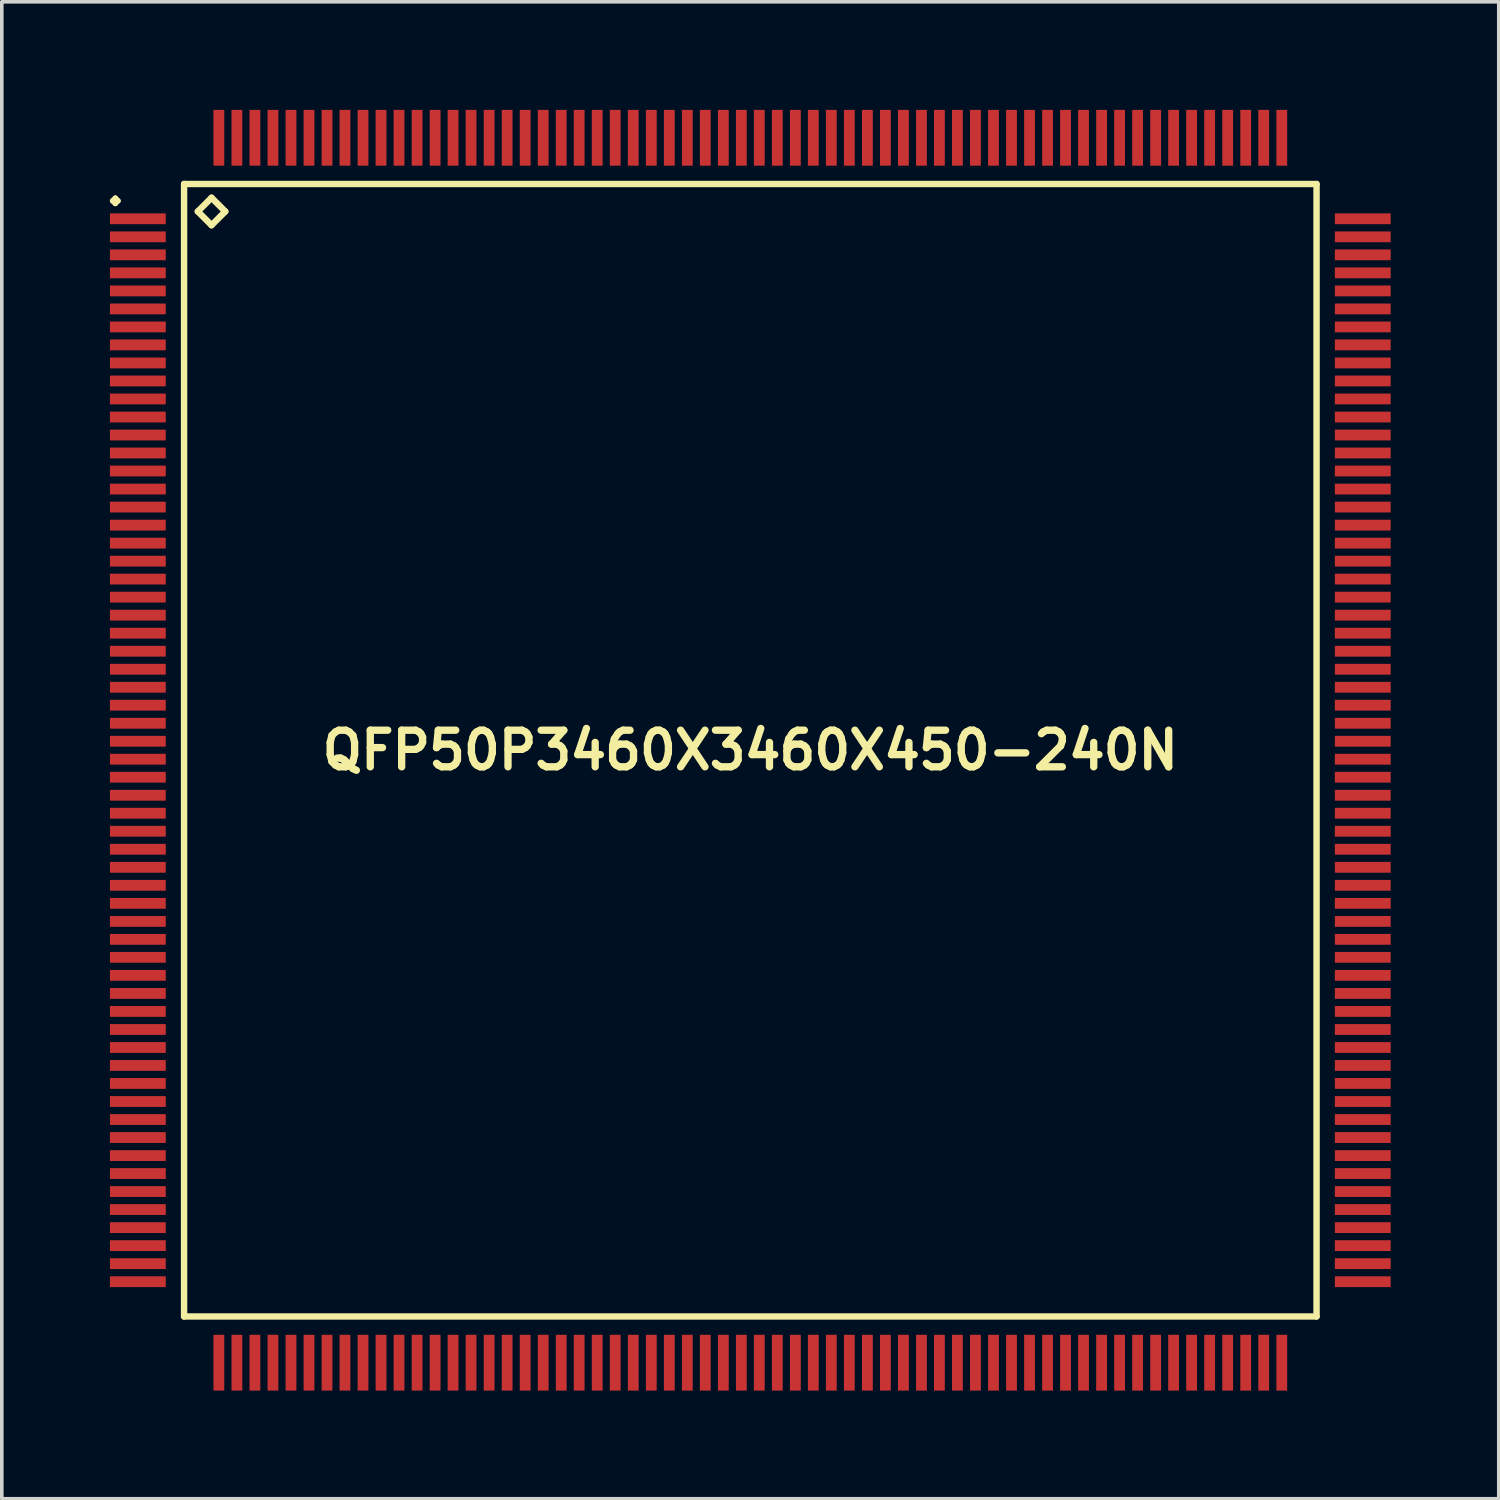
<source format=kicad_pcb>
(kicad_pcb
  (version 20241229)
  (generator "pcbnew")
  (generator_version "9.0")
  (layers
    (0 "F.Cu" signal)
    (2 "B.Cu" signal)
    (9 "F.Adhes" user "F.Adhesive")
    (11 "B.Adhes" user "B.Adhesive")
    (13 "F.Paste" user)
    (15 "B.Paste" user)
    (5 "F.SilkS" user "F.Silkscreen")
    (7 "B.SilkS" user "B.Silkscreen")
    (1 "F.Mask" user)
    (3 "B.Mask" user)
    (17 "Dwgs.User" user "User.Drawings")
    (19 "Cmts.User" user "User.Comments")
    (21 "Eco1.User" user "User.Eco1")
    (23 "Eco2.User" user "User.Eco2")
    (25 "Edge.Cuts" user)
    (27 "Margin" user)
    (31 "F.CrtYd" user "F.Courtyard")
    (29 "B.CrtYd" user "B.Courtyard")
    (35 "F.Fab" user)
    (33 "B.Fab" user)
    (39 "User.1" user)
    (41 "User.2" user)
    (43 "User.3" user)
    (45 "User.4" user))
  (footprint "QFP50P3460X3460X450-240N"
    (layer "F.Cu")
    (at 17.774 17.772)
    (property "Reference" "QFP50P3460X3460X450-240N" (at 0 0 0) (layer "F.SilkS") (effects (font (size 1.016 1.016) (thickness 0.203))))
    (attr smd)
    (fp_line (start -17.699 -15.248) (end -17.623 -15.324) (stroke (width 0.15) (type solid)) (layer "F.SilkS"))
    (fp_line (start -17.623 -15.324) (end -17.549 -15.248) (stroke (width 0.15) (type solid)) (layer "F.SilkS"))
    (fp_line (start -17.623 -15.174) (end -17.699 -15.248) (stroke (width 0.15) (type solid)) (layer "F.SilkS"))
    (fp_line (start -17.549 -15.248) (end -17.623 -15.174) (stroke (width 0.15) (type solid)) (layer "F.SilkS"))
    (fp_line (start -15.715 -15.715) (end -15.715 15.715) (stroke (width 0.178) (type solid)) (layer "F.SilkS"))
    (fp_line (start -15.715 15.715) (end 15.715 15.715) (stroke (width 0.178) (type solid)) (layer "F.SilkS"))
    (fp_line (start -15.334 -14.953) (end -14.953 -15.334) (stroke (width 0.178) (type solid)) (layer "F.SilkS"))
    (fp_line (start -14.953 -15.334) (end -14.572 -14.953) (stroke (width 0.178) (type solid)) (layer "F.SilkS"))
    (fp_line (start -14.953 -14.572) (end -15.334 -14.953) (stroke (width 0.178) (type solid)) (layer "F.SilkS"))
    (fp_line (start -14.572 -14.953) (end -14.953 -14.572) (stroke (width 0.178) (type solid)) (layer "F.SilkS"))
    (fp_line (start 15.715 -15.715) (end -15.715 -15.715) (stroke (width 0.178) (type solid)) (layer "F.SilkS"))
    (fp_line (start 15.715 15.715) (end 15.715 -15.715) (stroke (width 0.178) (type solid)) (layer "F.SilkS"))
    (pad "1" smd rect (at -16.998 -14.75) (size 1.549 0.3) (layers "F.Cu" "F.Mask" "F.Paste"))
    (pad "2" smd rect (at -16.998 -14.249) (size 1.549 0.3) (layers "F.Cu" "F.Mask" "F.Paste"))
    (pad "3" smd rect (at -16.998 -13.749) (size 1.549 0.3) (layers "F.Cu" "F.Mask" "F.Paste"))
    (pad "4" smd rect (at -16.998 -13.249) (size 1.549 0.3) (layers "F.Cu" "F.Mask" "F.Paste"))
    (pad "5" smd rect (at -16.998 -12.748) (size 1.549 0.3) (layers "F.Cu" "F.Mask" "F.Paste"))
    (pad "6" smd rect (at -16.998 -12.248) (size 1.549 0.3) (layers "F.Cu" "F.Mask" "F.Paste"))
    (pad "7" smd rect (at -16.998 -11.748) (size 1.549 0.3) (layers "F.Cu" "F.Mask" "F.Paste"))
    (pad "8" smd rect (at -16.998 -11.25) (size 1.549 0.3) (layers "F.Cu" "F.Mask" "F.Paste"))
    (pad "9" smd rect (at -16.998 -10.749) (size 1.549 0.3) (layers "F.Cu" "F.Mask" "F.Paste"))
    (pad "10" smd rect (at -16.998 -10.249) (size 1.549 0.3) (layers "F.Cu" "F.Mask" "F.Paste"))
    (pad "11" smd rect (at -16.998 -9.749) (size 1.549 0.3) (layers "F.Cu" "F.Mask" "F.Paste"))
    (pad "12" smd rect (at -16.998 -9.248) (size 1.549 0.3) (layers "F.Cu" "F.Mask" "F.Paste"))
    (pad "13" smd rect (at -16.998 -8.748) (size 1.549 0.3) (layers "F.Cu" "F.Mask" "F.Paste"))
    (pad "14" smd rect (at -16.998 -8.25) (size 1.549 0.3) (layers "F.Cu" "F.Mask" "F.Paste"))
    (pad "15" smd rect (at -16.998 -7.75) (size 1.549 0.3) (layers "F.Cu" "F.Mask" "F.Paste"))
    (pad "16" smd rect (at -16.998 -7.249) (size 1.549 0.3) (layers "F.Cu" "F.Mask" "F.Paste"))
    (pad "17" smd rect (at -16.998 -6.749) (size 1.549 0.3) (layers "F.Cu" "F.Mask" "F.Paste"))
    (pad "18" smd rect (at -16.998 -6.248) (size 1.549 0.3) (layers "F.Cu" "F.Mask" "F.Paste"))
    (pad "19" smd rect (at -16.998 -5.748) (size 1.549 0.3) (layers "F.Cu" "F.Mask" "F.Paste"))
    (pad "20" smd rect (at -16.998 -5.248) (size 1.549 0.3) (layers "F.Cu" "F.Mask" "F.Paste"))
    (pad "21" smd rect (at -16.998 -4.75) (size 1.549 0.3) (layers "F.Cu" "F.Mask" "F.Paste"))
    (pad "22" smd rect (at -16.998 -4.249) (size 1.549 0.3) (layers "F.Cu" "F.Mask" "F.Paste"))
    (pad "23" smd rect (at -16.998 -3.749) (size 1.549 0.3) (layers "F.Cu" "F.Mask" "F.Paste"))
    (pad "24" smd rect (at -16.998 -3.249) (size 1.549 0.3) (layers "F.Cu" "F.Mask" "F.Paste"))
    (pad "25" smd rect (at -16.998 -2.748) (size 1.549 0.3) (layers "F.Cu" "F.Mask" "F.Paste"))
    (pad "26" smd rect (at -16.998 -2.248) (size 1.549 0.3) (layers "F.Cu" "F.Mask" "F.Paste"))
    (pad "27" smd rect (at -16.998 -1.748) (size 1.549 0.3) (layers "F.Cu" "F.Mask" "F.Paste"))
    (pad "28" smd rect (at -16.998 -1.25) (size 1.549 0.3) (layers "F.Cu" "F.Mask" "F.Paste"))
    (pad "29" smd rect (at -16.998 -0.749) (size 1.549 0.3) (layers "F.Cu" "F.Mask" "F.Paste"))
    (pad "30" smd rect (at -16.998 -0.249) (size 1.549 0.3) (layers "F.Cu" "F.Mask" "F.Paste"))
    (pad "31" smd rect (at -16.998 0.249) (size 1.549 0.3) (layers "F.Cu" "F.Mask" "F.Paste"))
    (pad "32" smd rect (at -16.998 0.749) (size 1.549 0.3) (layers "F.Cu" "F.Mask" "F.Paste"))
    (pad "33" smd rect (at -16.998 1.25) (size 1.549 0.3) (layers "F.Cu" "F.Mask" "F.Paste"))
    (pad "34" smd rect (at -16.998 1.748) (size 1.549 0.3) (layers "F.Cu" "F.Mask" "F.Paste"))
    (pad "35" smd rect (at -16.998 2.248) (size 1.549 0.3) (layers "F.Cu" "F.Mask" "F.Paste"))
    (pad "36" smd rect (at -16.998 2.748) (size 1.549 0.3) (layers "F.Cu" "F.Mask" "F.Paste"))
    (pad "37" smd rect (at -16.998 3.249) (size 1.549 0.3) (layers "F.Cu" "F.Mask" "F.Paste"))
    (pad "38" smd rect (at -16.998 3.749) (size 1.549 0.3) (layers "F.Cu" "F.Mask" "F.Paste"))
    (pad "39" smd rect (at -16.998 4.249) (size 1.549 0.3) (layers "F.Cu" "F.Mask" "F.Paste"))
    (pad "40" smd rect (at -16.998 4.75) (size 1.549 0.3) (layers "F.Cu" "F.Mask" "F.Paste"))
    (pad "41" smd rect (at -16.998 5.248) (size 1.549 0.3) (layers "F.Cu" "F.Mask" "F.Paste"))
    (pad "42" smd rect (at -16.998 5.748) (size 1.549 0.3) (layers "F.Cu" "F.Mask" "F.Paste"))
    (pad "43" smd rect (at -16.998 6.248) (size 1.549 0.3) (layers "F.Cu" "F.Mask" "F.Paste"))
    (pad "44" smd rect (at -16.998 6.749) (size 1.549 0.3) (layers "F.Cu" "F.Mask" "F.Paste"))
    (pad "45" smd rect (at -16.998 7.249) (size 1.549 0.3) (layers "F.Cu" "F.Mask" "F.Paste"))
    (pad "46" smd rect (at -16.998 7.75) (size 1.549 0.3) (layers "F.Cu" "F.Mask" "F.Paste"))
    (pad "47" smd rect (at -16.998 8.25) (size 1.549 0.3) (layers "F.Cu" "F.Mask" "F.Paste"))
    (pad "48" smd rect (at -16.998 8.748) (size 1.549 0.3) (layers "F.Cu" "F.Mask" "F.Paste"))
    (pad "49" smd rect (at -16.998 9.248) (size 1.549 0.3) (layers "F.Cu" "F.Mask" "F.Paste"))
    (pad "50" smd rect (at -16.998 9.749) (size 1.549 0.3) (layers "F.Cu" "F.Mask" "F.Paste"))
    (pad "51" smd rect (at -16.998 10.249) (size 1.549 0.3) (layers "F.Cu" "F.Mask" "F.Paste"))
    (pad "52" smd rect (at -16.998 10.749) (size 1.549 0.3) (layers "F.Cu" "F.Mask" "F.Paste"))
    (pad "53" smd rect (at -16.998 11.25) (size 1.549 0.3) (layers "F.Cu" "F.Mask" "F.Paste"))
    (pad "54" smd rect (at -16.998 11.748) (size 1.549 0.3) (layers "F.Cu" "F.Mask" "F.Paste"))
    (pad "55" smd rect (at -16.998 12.248) (size 1.549 0.3) (layers "F.Cu" "F.Mask" "F.Paste"))
    (pad "56" smd rect (at -16.998 12.748) (size 1.549 0.3) (layers "F.Cu" "F.Mask" "F.Paste"))
    (pad "57" smd rect (at -16.998 13.249) (size 1.549 0.3) (layers "F.Cu" "F.Mask" "F.Paste"))
    (pad "58" smd rect (at -16.998 13.749) (size 1.549 0.3) (layers "F.Cu" "F.Mask" "F.Paste"))
    (pad "59" smd rect (at -16.998 14.249) (size 1.549 0.3) (layers "F.Cu" "F.Mask" "F.Paste"))
    (pad "60" smd rect (at -16.998 14.75) (size 1.549 0.3) (layers "F.Cu" "F.Mask" "F.Paste"))
    (pad "61" smd rect (at -14.75 16.998) (size 0.3 1.549) (layers "F.Cu" "F.Mask" "F.Paste"))
    (pad "62" smd rect (at -14.249 16.998) (size 0.3 1.549) (layers "F.Cu" "F.Mask" "F.Paste"))
    (pad "63" smd rect (at -13.749 16.998) (size 0.3 1.549) (layers "F.Cu" "F.Mask" "F.Paste"))
    (pad "64" smd rect (at -13.249 16.998) (size 0.3 1.549) (layers "F.Cu" "F.Mask" "F.Paste"))
    (pad "65" smd rect (at -12.748 16.998) (size 0.3 1.549) (layers "F.Cu" "F.Mask" "F.Paste"))
    (pad "66" smd rect (at -12.248 16.998) (size 0.3 1.549) (layers "F.Cu" "F.Mask" "F.Paste"))
    (pad "67" smd rect (at -11.748 16.998) (size 0.3 1.549) (layers "F.Cu" "F.Mask" "F.Paste"))
    (pad "68" smd rect (at -11.25 16.998) (size 0.3 1.549) (layers "F.Cu" "F.Mask" "F.Paste"))
    (pad "69" smd rect (at -10.749 16.998) (size 0.3 1.549) (layers "F.Cu" "F.Mask" "F.Paste"))
    (pad "70" smd rect (at -10.249 16.998) (size 0.3 1.549) (layers "F.Cu" "F.Mask" "F.Paste"))
    (pad "71" smd rect (at -9.749 16.998) (size 0.3 1.549) (layers "F.Cu" "F.Mask" "F.Paste"))
    (pad "72" smd rect (at -9.248 16.998) (size 0.3 1.549) (layers "F.Cu" "F.Mask" "F.Paste"))
    (pad "73" smd rect (at -8.748 16.998) (size 0.3 1.549) (layers "F.Cu" "F.Mask" "F.Paste"))
    (pad "74" smd rect (at -8.25 16.998) (size 0.3 1.549) (layers "F.Cu" "F.Mask" "F.Paste"))
    (pad "75" smd rect (at -7.75 16.998) (size 0.3 1.549) (layers "F.Cu" "F.Mask" "F.Paste"))
    (pad "76" smd rect (at -7.249 16.998) (size 0.3 1.549) (layers "F.Cu" "F.Mask" "F.Paste"))
    (pad "77" smd rect (at -6.749 16.998) (size 0.3 1.549) (layers "F.Cu" "F.Mask" "F.Paste"))
    (pad "78" smd rect (at -6.248 16.998) (size 0.3 1.549) (layers "F.Cu" "F.Mask" "F.Paste"))
    (pad "79" smd rect (at -5.748 16.998) (size 0.3 1.549) (layers "F.Cu" "F.Mask" "F.Paste"))
    (pad "80" smd rect (at -5.248 16.998) (size 0.3 1.549) (layers "F.Cu" "F.Mask" "F.Paste"))
    (pad "81" smd rect (at -4.75 16.998) (size 0.3 1.549) (layers "F.Cu" "F.Mask" "F.Paste"))
    (pad "82" smd rect (at -4.249 16.998) (size 0.3 1.549) (layers "F.Cu" "F.Mask" "F.Paste"))
    (pad "83" smd rect (at -3.749 16.998) (size 0.3 1.549) (layers "F.Cu" "F.Mask" "F.Paste"))
    (pad "84" smd rect (at -3.249 16.998) (size 0.3 1.549) (layers "F.Cu" "F.Mask" "F.Paste"))
    (pad "85" smd rect (at -2.748 16.998) (size 0.3 1.549) (layers "F.Cu" "F.Mask" "F.Paste"))
    (pad "86" smd rect (at -2.248 16.998) (size 0.3 1.549) (layers "F.Cu" "F.Mask" "F.Paste"))
    (pad "87" smd rect (at -1.748 16.998) (size 0.3 1.549) (layers "F.Cu" "F.Mask" "F.Paste"))
    (pad "88" smd rect (at -1.25 16.998) (size 0.3 1.549) (layers "F.Cu" "F.Mask" "F.Paste"))
    (pad "89" smd rect (at -0.749 16.998) (size 0.3 1.549) (layers "F.Cu" "F.Mask" "F.Paste"))
    (pad "90" smd rect (at -0.249 16.998) (size 0.3 1.549) (layers "F.Cu" "F.Mask" "F.Paste"))
    (pad "91" smd rect (at 0.249 16.998) (size 0.3 1.549) (layers "F.Cu" "F.Mask" "F.Paste"))
    (pad "92" smd rect (at 0.749 16.998) (size 0.3 1.549) (layers "F.Cu" "F.Mask" "F.Paste"))
    (pad "93" smd rect (at 1.25 16.998) (size 0.3 1.549) (layers "F.Cu" "F.Mask" "F.Paste"))
    (pad "94" smd rect (at 1.748 16.998) (size 0.3 1.549) (layers "F.Cu" "F.Mask" "F.Paste"))
    (pad "95" smd rect (at 2.248 16.998) (size 0.3 1.549) (layers "F.Cu" "F.Mask" "F.Paste"))
    (pad "96" smd rect (at 2.748 16.998) (size 0.3 1.549) (layers "F.Cu" "F.Mask" "F.Paste"))
    (pad "97" smd rect (at 3.249 16.998) (size 0.3 1.549) (layers "F.Cu" "F.Mask" "F.Paste"))
    (pad "98" smd rect (at 3.749 16.998) (size 0.3 1.549) (layers "F.Cu" "F.Mask" "F.Paste"))
    (pad "99" smd rect (at 4.249 16.998) (size 0.3 1.549) (layers "F.Cu" "F.Mask" "F.Paste"))
    (pad "100" smd rect (at 4.75 16.998) (size 0.3 1.549) (layers "F.Cu" "F.Mask" "F.Paste"))
    (pad "101" smd rect (at 5.248 16.998) (size 0.3 1.549) (layers "F.Cu" "F.Mask" "F.Paste"))
    (pad "102" smd rect (at 5.748 16.998) (size 0.3 1.549) (layers "F.Cu" "F.Mask" "F.Paste"))
    (pad "103" smd rect (at 6.248 16.998) (size 0.3 1.549) (layers "F.Cu" "F.Mask" "F.Paste"))
    (pad "104" smd rect (at 6.749 16.998) (size 0.3 1.549) (layers "F.Cu" "F.Mask" "F.Paste"))
    (pad "105" smd rect (at 7.249 16.998) (size 0.3 1.549) (layers "F.Cu" "F.Mask" "F.Paste"))
    (pad "106" smd rect (at 7.75 16.998) (size 0.3 1.549) (layers "F.Cu" "F.Mask" "F.Paste"))
    (pad "107" smd rect (at 8.25 16.998) (size 0.3 1.549) (layers "F.Cu" "F.Mask" "F.Paste"))
    (pad "108" smd rect (at 8.748 16.998) (size 0.3 1.549) (layers "F.Cu" "F.Mask" "F.Paste"))
    (pad "109" smd rect (at 9.248 16.998) (size 0.3 1.549) (layers "F.Cu" "F.Mask" "F.Paste"))
    (pad "110" smd rect (at 9.749 16.998) (size 0.3 1.549) (layers "F.Cu" "F.Mask" "F.Paste"))
    (pad "111" smd rect (at 10.249 16.998) (size 0.3 1.549) (layers "F.Cu" "F.Mask" "F.Paste"))
    (pad "112" smd rect (at 10.749 16.998) (size 0.3 1.549) (layers "F.Cu" "F.Mask" "F.Paste"))
    (pad "113" smd rect (at 11.25 16.998) (size 0.3 1.549) (layers "F.Cu" "F.Mask" "F.Paste"))
    (pad "114" smd rect (at 11.748 16.998) (size 0.3 1.549) (layers "F.Cu" "F.Mask" "F.Paste"))
    (pad "115" smd rect (at 12.248 16.998) (size 0.3 1.549) (layers "F.Cu" "F.Mask" "F.Paste"))
    (pad "116" smd rect (at 12.748 16.998) (size 0.3 1.549) (layers "F.Cu" "F.Mask" "F.Paste"))
    (pad "117" smd rect (at 13.249 16.998) (size 0.3 1.549) (layers "F.Cu" "F.Mask" "F.Paste"))
    (pad "118" smd rect (at 13.749 16.998) (size 0.3 1.549) (layers "F.Cu" "F.Mask" "F.Paste"))
    (pad "119" smd rect (at 14.249 16.998) (size 0.3 1.549) (layers "F.Cu" "F.Mask" "F.Paste"))
    (pad "120" smd rect (at 14.75 16.998) (size 0.3 1.549) (layers "F.Cu" "F.Mask" "F.Paste"))
    (pad "121" smd rect (at 16.998 14.75) (size 1.549 0.3) (layers "F.Cu" "F.Mask" "F.Paste"))
    (pad "122" smd rect (at 16.998 14.249) (size 1.549 0.3) (layers "F.Cu" "F.Mask" "F.Paste"))
    (pad "123" smd rect (at 16.998 13.749) (size 1.549 0.3) (layers "F.Cu" "F.Mask" "F.Paste"))
    (pad "124" smd rect (at 16.998 13.249) (size 1.549 0.3) (layers "F.Cu" "F.Mask" "F.Paste"))
    (pad "125" smd rect (at 16.998 12.748) (size 1.549 0.3) (layers "F.Cu" "F.Mask" "F.Paste"))
    (pad "126" smd rect (at 16.998 12.248) (size 1.549 0.3) (layers "F.Cu" "F.Mask" "F.Paste"))
    (pad "127" smd rect (at 16.998 11.748) (size 1.549 0.3) (layers "F.Cu" "F.Mask" "F.Paste"))
    (pad "128" smd rect (at 16.998 11.25) (size 1.549 0.3) (layers "F.Cu" "F.Mask" "F.Paste"))
    (pad "129" smd rect (at 16.998 10.749) (size 1.549 0.3) (layers "F.Cu" "F.Mask" "F.Paste"))
    (pad "130" smd rect (at 16.998 10.249) (size 1.549 0.3) (layers "F.Cu" "F.Mask" "F.Paste"))
    (pad "131" smd rect (at 16.998 9.749) (size 1.549 0.3) (layers "F.Cu" "F.Mask" "F.Paste"))
    (pad "132" smd rect (at 16.998 9.248) (size 1.549 0.3) (layers "F.Cu" "F.Mask" "F.Paste"))
    (pad "133" smd rect (at 16.998 8.748) (size 1.549 0.3) (layers "F.Cu" "F.Mask" "F.Paste"))
    (pad "134" smd rect (at 16.998 8.25) (size 1.549 0.3) (layers "F.Cu" "F.Mask" "F.Paste"))
    (pad "135" smd rect (at 16.998 7.75) (size 1.549 0.3) (layers "F.Cu" "F.Mask" "F.Paste"))
    (pad "136" smd rect (at 16.998 7.249) (size 1.549 0.3) (layers "F.Cu" "F.Mask" "F.Paste"))
    (pad "137" smd rect (at 16.998 6.749) (size 1.549 0.3) (layers "F.Cu" "F.Mask" "F.Paste"))
    (pad "138" smd rect (at 16.998 6.248) (size 1.549 0.3) (layers "F.Cu" "F.Mask" "F.Paste"))
    (pad "139" smd rect (at 16.998 5.748) (size 1.549 0.3) (layers "F.Cu" "F.Mask" "F.Paste"))
    (pad "140" smd rect (at 16.998 5.248) (size 1.549 0.3) (layers "F.Cu" "F.Mask" "F.Paste"))
    (pad "141" smd rect (at 16.998 4.75) (size 1.549 0.3) (layers "F.Cu" "F.Mask" "F.Paste"))
    (pad "142" smd rect (at 16.998 4.249) (size 1.549 0.3) (layers "F.Cu" "F.Mask" "F.Paste"))
    (pad "143" smd rect (at 16.998 3.749) (size 1.549 0.3) (layers "F.Cu" "F.Mask" "F.Paste"))
    (pad "144" smd rect (at 16.998 3.249) (size 1.549 0.3) (layers "F.Cu" "F.Mask" "F.Paste"))
    (pad "145" smd rect (at 16.998 2.748) (size 1.549 0.3) (layers "F.Cu" "F.Mask" "F.Paste"))
    (pad "146" smd rect (at 16.998 2.248) (size 1.549 0.3) (layers "F.Cu" "F.Mask" "F.Paste"))
    (pad "147" smd rect (at 16.998 1.748) (size 1.549 0.3) (layers "F.Cu" "F.Mask" "F.Paste"))
    (pad "148" smd rect (at 16.998 1.25) (size 1.549 0.3) (layers "F.Cu" "F.Mask" "F.Paste"))
    (pad "149" smd rect (at 16.998 0.749) (size 1.549 0.3) (layers "F.Cu" "F.Mask" "F.Paste"))
    (pad "150" smd rect (at 16.998 0.249) (size 1.549 0.3) (layers "F.Cu" "F.Mask" "F.Paste"))
    (pad "151" smd rect (at 16.998 -0.249) (size 1.549 0.3) (layers "F.Cu" "F.Mask" "F.Paste"))
    (pad "152" smd rect (at 16.998 -0.749) (size 1.549 0.3) (layers "F.Cu" "F.Mask" "F.Paste"))
    (pad "153" smd rect (at 16.998 -1.25) (size 1.549 0.3) (layers "F.Cu" "F.Mask" "F.Paste"))
    (pad "154" smd rect (at 16.998 -1.748) (size 1.549 0.3) (layers "F.Cu" "F.Mask" "F.Paste"))
    (pad "155" smd rect (at 16.998 -2.248) (size 1.549 0.3) (layers "F.Cu" "F.Mask" "F.Paste"))
    (pad "156" smd rect (at 16.998 -2.748) (size 1.549 0.3) (layers "F.Cu" "F.Mask" "F.Paste"))
    (pad "157" smd rect (at 16.998 -3.249) (size 1.549 0.3) (layers "F.Cu" "F.Mask" "F.Paste"))
    (pad "158" smd rect (at 16.998 -3.749) (size 1.549 0.3) (layers "F.Cu" "F.Mask" "F.Paste"))
    (pad "159" smd rect (at 16.998 -4.249) (size 1.549 0.3) (layers "F.Cu" "F.Mask" "F.Paste"))
    (pad "160" smd rect (at 16.998 -4.75) (size 1.549 0.3) (layers "F.Cu" "F.Mask" "F.Paste"))
    (pad "161" smd rect (at 16.998 -5.248) (size 1.549 0.3) (layers "F.Cu" "F.Mask" "F.Paste"))
    (pad "162" smd rect (at 16.998 -5.748) (size 1.549 0.3) (layers "F.Cu" "F.Mask" "F.Paste"))
    (pad "163" smd rect (at 16.998 -6.248) (size 1.549 0.3) (layers "F.Cu" "F.Mask" "F.Paste"))
    (pad "164" smd rect (at 16.998 -6.749) (size 1.549 0.3) (layers "F.Cu" "F.Mask" "F.Paste"))
    (pad "165" smd rect (at 16.998 -7.249) (size 1.549 0.3) (layers "F.Cu" "F.Mask" "F.Paste"))
    (pad "166" smd rect (at 16.998 -7.75) (size 1.549 0.3) (layers "F.Cu" "F.Mask" "F.Paste"))
    (pad "167" smd rect (at 16.998 -8.25) (size 1.549 0.3) (layers "F.Cu" "F.Mask" "F.Paste"))
    (pad "168" smd rect (at 16.998 -8.748) (size 1.549 0.3) (layers "F.Cu" "F.Mask" "F.Paste"))
    (pad "169" smd rect (at 16.998 -9.248) (size 1.549 0.3) (layers "F.Cu" "F.Mask" "F.Paste"))
    (pad "170" smd rect (at 16.998 -9.749) (size 1.549 0.3) (layers "F.Cu" "F.Mask" "F.Paste"))
    (pad "171" smd rect (at 16.998 -10.249) (size 1.549 0.3) (layers "F.Cu" "F.Mask" "F.Paste"))
    (pad "172" smd rect (at 16.998 -10.749) (size 1.549 0.3) (layers "F.Cu" "F.Mask" "F.Paste"))
    (pad "173" smd rect (at 16.998 -11.25) (size 1.549 0.3) (layers "F.Cu" "F.Mask" "F.Paste"))
    (pad "174" smd rect (at 16.998 -11.748) (size 1.549 0.3) (layers "F.Cu" "F.Mask" "F.Paste"))
    (pad "175" smd rect (at 16.998 -12.248) (size 1.549 0.3) (layers "F.Cu" "F.Mask" "F.Paste"))
    (pad "176" smd rect (at 16.998 -12.748) (size 1.549 0.3) (layers "F.Cu" "F.Mask" "F.Paste"))
    (pad "177" smd rect (at 16.998 -13.249) (size 1.549 0.3) (layers "F.Cu" "F.Mask" "F.Paste"))
    (pad "178" smd rect (at 16.998 -13.749) (size 1.549 0.3) (layers "F.Cu" "F.Mask" "F.Paste"))
    (pad "179" smd rect (at 16.998 -14.249) (size 1.549 0.3) (layers "F.Cu" "F.Mask" "F.Paste"))
    (pad "180" smd rect (at 16.998 -14.75) (size 1.549 0.3) (layers "F.Cu" "F.Mask" "F.Paste"))
    (pad "181" smd rect (at 14.75 -16.998) (size 0.3 1.549) (layers "F.Cu" "F.Mask" "F.Paste"))
    (pad "182" smd rect (at 14.249 -16.998) (size 0.3 1.549) (layers "F.Cu" "F.Mask" "F.Paste"))
    (pad "183" smd rect (at 13.749 -16.998) (size 0.3 1.549) (layers "F.Cu" "F.Mask" "F.Paste"))
    (pad "184" smd rect (at 13.249 -16.998) (size 0.3 1.549) (layers "F.Cu" "F.Mask" "F.Paste"))
    (pad "185" smd rect (at 12.748 -16.998) (size 0.3 1.549) (layers "F.Cu" "F.Mask" "F.Paste"))
    (pad "186" smd rect (at 12.248 -16.998) (size 0.3 1.549) (layers "F.Cu" "F.Mask" "F.Paste"))
    (pad "187" smd rect (at 11.748 -16.998) (size 0.3 1.549) (layers "F.Cu" "F.Mask" "F.Paste"))
    (pad "188" smd rect (at 11.25 -16.998) (size 0.3 1.549) (layers "F.Cu" "F.Mask" "F.Paste"))
    (pad "189" smd rect (at 10.749 -16.998) (size 0.3 1.549) (layers "F.Cu" "F.Mask" "F.Paste"))
    (pad "190" smd rect (at 10.249 -16.998) (size 0.3 1.549) (layers "F.Cu" "F.Mask" "F.Paste"))
    (pad "191" smd rect (at 9.749 -16.998) (size 0.3 1.549) (layers "F.Cu" "F.Mask" "F.Paste"))
    (pad "192" smd rect (at 9.248 -16.998) (size 0.3 1.549) (layers "F.Cu" "F.Mask" "F.Paste"))
    (pad "193" smd rect (at 8.748 -16.998) (size 0.3 1.549) (layers "F.Cu" "F.Mask" "F.Paste"))
    (pad "194" smd rect (at 8.25 -16.998) (size 0.3 1.549) (layers "F.Cu" "F.Mask" "F.Paste"))
    (pad "195" smd rect (at 7.75 -16.998) (size 0.3 1.549) (layers "F.Cu" "F.Mask" "F.Paste"))
    (pad "196" smd rect (at 7.249 -16.998) (size 0.3 1.549) (layers "F.Cu" "F.Mask" "F.Paste"))
    (pad "197" smd rect (at 6.749 -16.998) (size 0.3 1.549) (layers "F.Cu" "F.Mask" "F.Paste"))
    (pad "198" smd rect (at 6.248 -16.998) (size 0.3 1.549) (layers "F.Cu" "F.Mask" "F.Paste"))
    (pad "199" smd rect (at 5.748 -16.998) (size 0.3 1.549) (layers "F.Cu" "F.Mask" "F.Paste"))
    (pad "200" smd rect (at 5.248 -16.998) (size 0.3 1.549) (layers "F.Cu" "F.Mask" "F.Paste"))
    (pad "201" smd rect (at 4.75 -16.998) (size 0.3 1.549) (layers "F.Cu" "F.Mask" "F.Paste"))
    (pad "202" smd rect (at 4.249 -16.998) (size 0.3 1.549) (layers "F.Cu" "F.Mask" "F.Paste"))
    (pad "203" smd rect (at 3.749 -16.998) (size 0.3 1.549) (layers "F.Cu" "F.Mask" "F.Paste"))
    (pad "204" smd rect (at 3.249 -16.998) (size 0.3 1.549) (layers "F.Cu" "F.Mask" "F.Paste"))
    (pad "205" smd rect (at 2.748 -16.998) (size 0.3 1.549) (layers "F.Cu" "F.Mask" "F.Paste"))
    (pad "206" smd rect (at 2.248 -16.998) (size 0.3 1.549) (layers "F.Cu" "F.Mask" "F.Paste"))
    (pad "207" smd rect (at 1.748 -16.998) (size 0.3 1.549) (layers "F.Cu" "F.Mask" "F.Paste"))
    (pad "208" smd rect (at 1.25 -16.998) (size 0.3 1.549) (layers "F.Cu" "F.Mask" "F.Paste"))
    (pad "209" smd rect (at 0.749 -16.998) (size 0.3 1.549) (layers "F.Cu" "F.Mask" "F.Paste"))
    (pad "210" smd rect (at 0.249 -16.998) (size 0.3 1.549) (layers "F.Cu" "F.Mask" "F.Paste"))
    (pad "211" smd rect (at -0.249 -16.998) (size 0.3 1.549) (layers "F.Cu" "F.Mask" "F.Paste"))
    (pad "212" smd rect (at -0.749 -16.998) (size 0.3 1.549) (layers "F.Cu" "F.Mask" "F.Paste"))
    (pad "213" smd rect (at -1.25 -16.998) (size 0.3 1.549) (layers "F.Cu" "F.Mask" "F.Paste"))
    (pad "214" smd rect (at -1.748 -16.998) (size 0.3 1.549) (layers "F.Cu" "F.Mask" "F.Paste"))
    (pad "215" smd rect (at -2.248 -16.998) (size 0.3 1.549) (layers "F.Cu" "F.Mask" "F.Paste"))
    (pad "216" smd rect (at -2.748 -16.998) (size 0.3 1.549) (layers "F.Cu" "F.Mask" "F.Paste"))
    (pad "217" smd rect (at -3.249 -16.998) (size 0.3 1.549) (layers "F.Cu" "F.Mask" "F.Paste"))
    (pad "218" smd rect (at -3.749 -16.998) (size 0.3 1.549) (layers "F.Cu" "F.Mask" "F.Paste"))
    (pad "219" smd rect (at -4.249 -16.998) (size 0.3 1.549) (layers "F.Cu" "F.Mask" "F.Paste"))
    (pad "220" smd rect (at -4.75 -16.998) (size 0.3 1.549) (layers "F.Cu" "F.Mask" "F.Paste"))
    (pad "221" smd rect (at -5.248 -16.998) (size 0.3 1.549) (layers "F.Cu" "F.Mask" "F.Paste"))
    (pad "222" smd rect (at -5.748 -16.998) (size 0.3 1.549) (layers "F.Cu" "F.Mask" "F.Paste"))
    (pad "223" smd rect (at -6.248 -16.998) (size 0.3 1.549) (layers "F.Cu" "F.Mask" "F.Paste"))
    (pad "224" smd rect (at -6.749 -16.998) (size 0.3 1.549) (layers "F.Cu" "F.Mask" "F.Paste"))
    (pad "225" smd rect (at -7.249 -16.998) (size 0.3 1.549) (layers "F.Cu" "F.Mask" "F.Paste"))
    (pad "226" smd rect (at -7.75 -16.998) (size 0.3 1.549) (layers "F.Cu" "F.Mask" "F.Paste"))
    (pad "227" smd rect (at -8.25 -16.998) (size 0.3 1.549) (layers "F.Cu" "F.Mask" "F.Paste"))
    (pad "228" smd rect (at -8.748 -16.998) (size 0.3 1.549) (layers "F.Cu" "F.Mask" "F.Paste"))
    (pad "229" smd rect (at -9.248 -16.998) (size 0.3 1.549) (layers "F.Cu" "F.Mask" "F.Paste"))
    (pad "230" smd rect (at -9.749 -16.998) (size 0.3 1.549) (layers "F.Cu" "F.Mask" "F.Paste"))
    (pad "231" smd rect (at -10.249 -16.998) (size 0.3 1.549) (layers "F.Cu" "F.Mask" "F.Paste"))
    (pad "232" smd rect (at -10.749 -16.998) (size 0.3 1.549) (layers "F.Cu" "F.Mask" "F.Paste"))
    (pad "233" smd rect (at -11.25 -16.998) (size 0.3 1.549) (layers "F.Cu" "F.Mask" "F.Paste"))
    (pad "234" smd rect (at -11.748 -16.998) (size 0.3 1.549) (layers "F.Cu" "F.Mask" "F.Paste"))
    (pad "235" smd rect (at -12.248 -16.998) (size 0.3 1.549) (layers "F.Cu" "F.Mask" "F.Paste"))
    (pad "236" smd rect (at -12.748 -16.998) (size 0.3 1.549) (layers "F.Cu" "F.Mask" "F.Paste"))
    (pad "237" smd rect (at -13.249 -16.998) (size 0.3 1.549) (layers "F.Cu" "F.Mask" "F.Paste"))
    (pad "238" smd rect (at -13.749 -16.998) (size 0.3 1.549) (layers "F.Cu" "F.Mask" "F.Paste"))
    (pad "239" smd rect (at -14.249 -16.998) (size 0.3 1.549) (layers "F.Cu" "F.Mask" "F.Paste"))
    (pad "240" smd rect (at -14.75 -16.998) (size 0.3 1.549) (layers "F.Cu" "F.Mask" "F.Paste")))
  (gr_rect
    (start -3 -3)
    (end 38.546 38.545)
    (stroke (width 0.1) (type default))
    (fill no)
    (layer "Edge.Cuts")))
</source>
